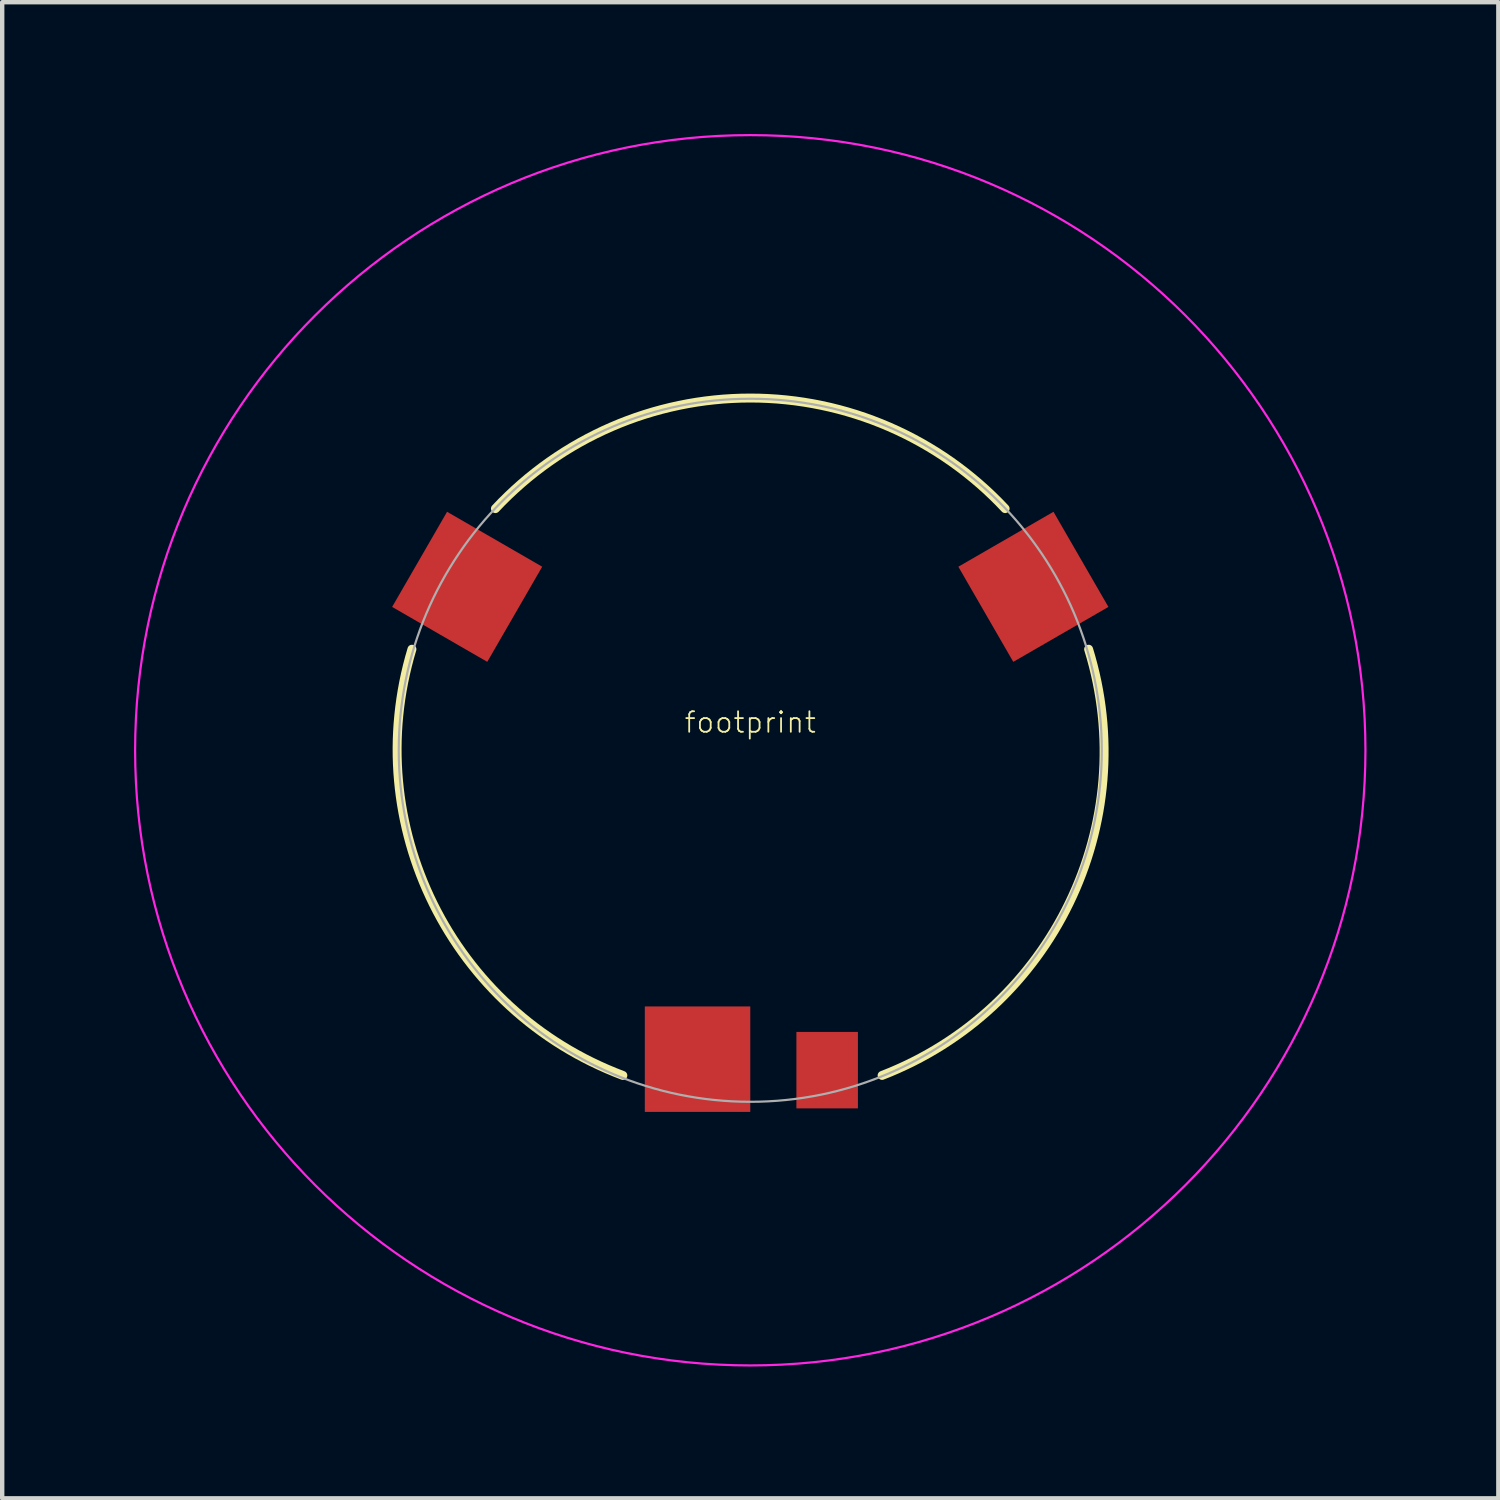
<source format=kicad_pcb>
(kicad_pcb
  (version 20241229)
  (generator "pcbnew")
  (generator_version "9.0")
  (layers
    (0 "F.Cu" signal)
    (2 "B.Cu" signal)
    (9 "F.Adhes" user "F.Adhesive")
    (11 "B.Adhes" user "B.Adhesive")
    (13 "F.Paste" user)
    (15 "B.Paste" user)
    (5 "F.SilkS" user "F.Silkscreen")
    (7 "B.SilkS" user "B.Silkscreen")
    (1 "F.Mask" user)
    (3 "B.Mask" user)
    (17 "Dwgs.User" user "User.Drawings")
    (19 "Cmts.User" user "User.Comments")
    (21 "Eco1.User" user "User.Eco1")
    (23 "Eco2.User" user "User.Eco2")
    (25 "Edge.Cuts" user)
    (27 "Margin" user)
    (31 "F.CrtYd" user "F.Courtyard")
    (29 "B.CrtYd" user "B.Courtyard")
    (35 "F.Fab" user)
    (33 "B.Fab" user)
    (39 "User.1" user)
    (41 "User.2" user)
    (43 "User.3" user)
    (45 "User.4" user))
  (footprint "footprint"
    (layer "F.Cu")
    (at 14.025 14.025)
    (property "Reference" "footprint" (at 0 -0.635 0) (layer "F.SilkS") (effects (font (size 0.467 0.467) (thickness 0.041))))
    (fp_arc (start -5.8 -5.5) (mid 0 -8.016135) (end 5.8 -5.499999) (stroke (width 0.2032) (type solid)) (layer "F.SilkS"))
    (fp_arc (start -2.9 7.4) (mid -7.213827 3.497048) (end -7.699999 -2.300001) (stroke (width 0.2032) (type solid)) (layer "F.SilkS"))
    (fp_arc (start 7.7 -2.3) (mid 7.260714 3.47581) (end 2.999999 7.399999) (stroke (width 0.2032) (type solid)) (layer "F.SilkS"))
    (fp_circle (center 0 0) (end 14 0) (stroke (width 0.05) (type solid)) (fill no) (layer "F.CrtYd"))
    (fp_circle (center 0 0) (end 8 0) (stroke (width 0.05) (type solid)) (fill no) (layer "F.Fab"))
    (pad "1" smd rect (at -1.2 7.03) (size 2.4 2.4) (layers "F.Cu" "F.Mask" "F.Paste"))
    (pad "2" smd rect (at -6.443 -3.72 60) (size 2.5 2.5) (layers "F.Cu" "F.Mask" "F.Paste"))
    (pad "3" smd rect (at 6.443 -3.72 300) (size 2.5 2.5) (layers "F.Cu" "F.Mask" "F.Paste"))
    (pad "S" smd rect (at 1.75 7.28) (size 1.4 1.74) (layers "F.Cu" "F.Mask" "F.Paste")))
  (gr_rect
    (start -3 -3)
    (end 31.05 31.05)
    (stroke (width 0.1) (type default))
    (fill no)
    (layer "Edge.Cuts")))
</source>
